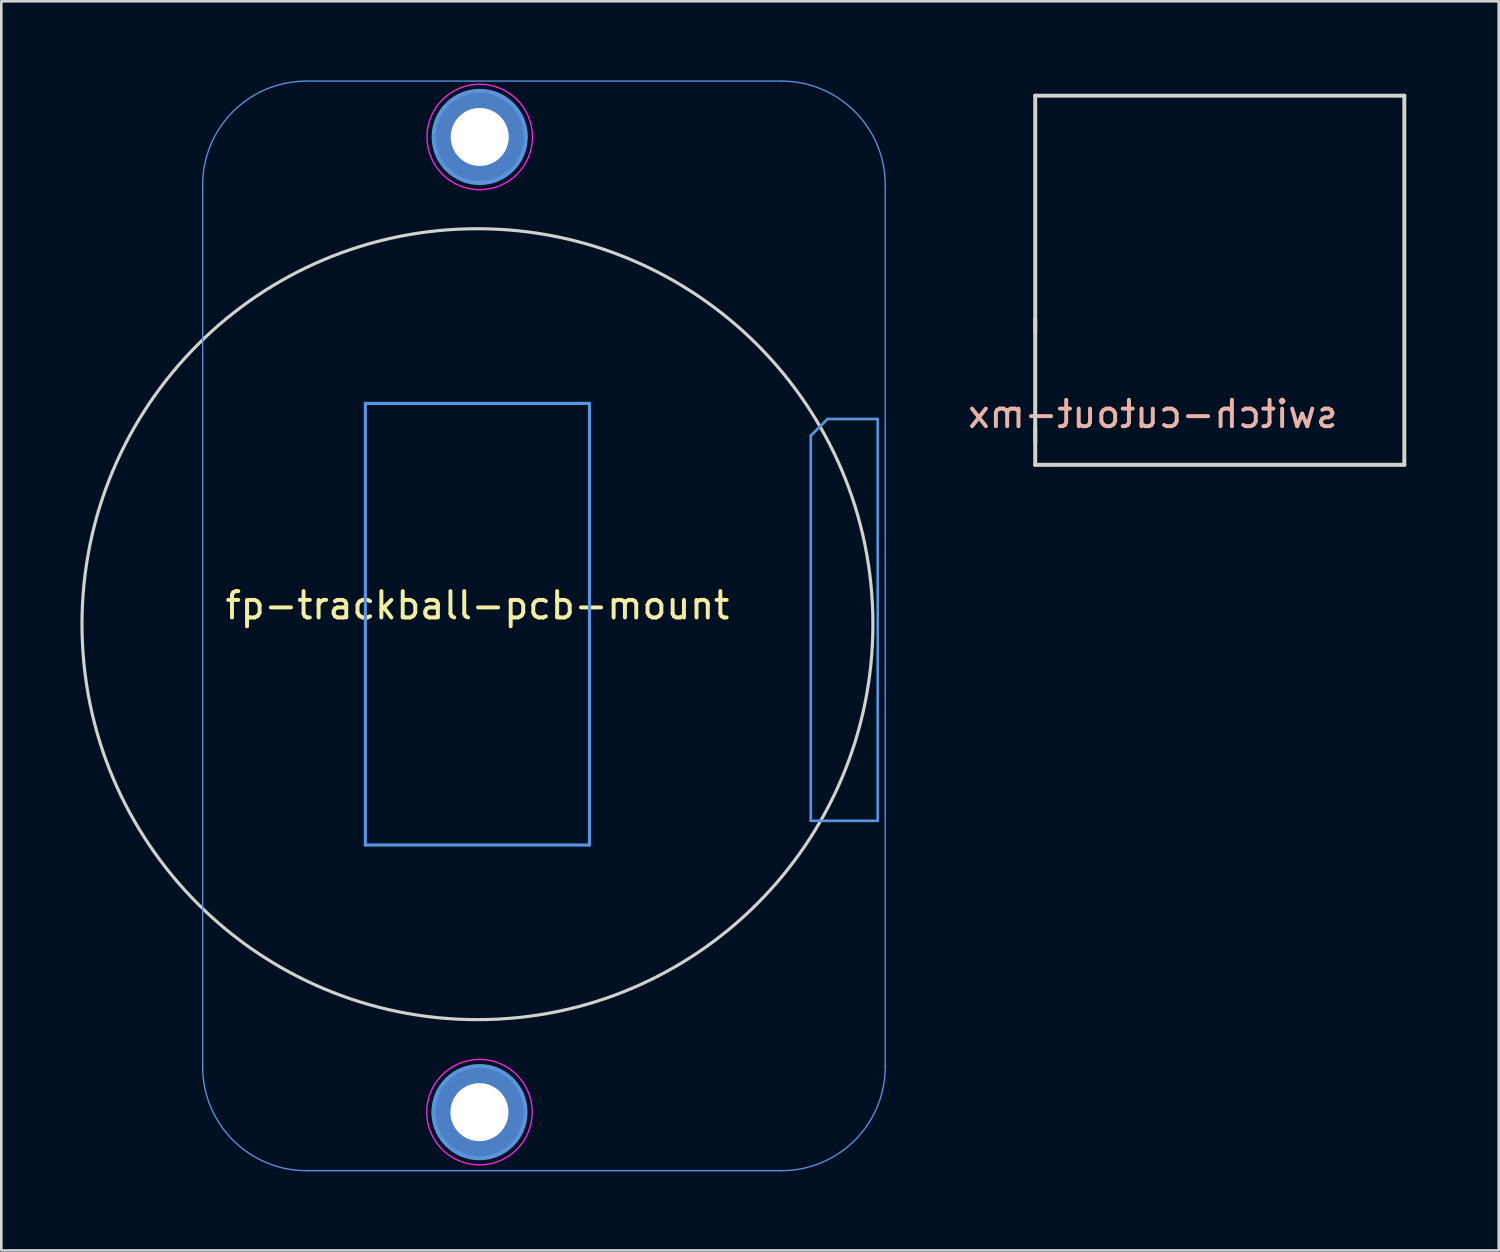
<source format=kicad_pcb>
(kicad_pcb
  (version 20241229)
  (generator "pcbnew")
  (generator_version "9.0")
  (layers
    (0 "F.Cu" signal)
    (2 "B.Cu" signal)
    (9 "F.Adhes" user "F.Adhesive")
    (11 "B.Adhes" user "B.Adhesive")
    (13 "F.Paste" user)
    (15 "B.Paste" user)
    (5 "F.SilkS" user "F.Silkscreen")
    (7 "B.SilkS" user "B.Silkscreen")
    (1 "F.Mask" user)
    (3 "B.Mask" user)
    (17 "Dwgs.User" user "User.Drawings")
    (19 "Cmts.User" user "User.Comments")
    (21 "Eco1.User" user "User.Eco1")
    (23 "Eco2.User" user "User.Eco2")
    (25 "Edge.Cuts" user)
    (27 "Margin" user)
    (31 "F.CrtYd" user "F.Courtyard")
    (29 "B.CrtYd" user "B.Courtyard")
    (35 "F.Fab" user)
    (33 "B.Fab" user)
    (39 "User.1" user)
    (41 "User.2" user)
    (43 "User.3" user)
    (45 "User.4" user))
  (footprint "switch-cutout-mx"
    (layer "F.Cu")
    (at 43.217 7.58)
    (property "Reference" "switch-cutout-mx" (at -2.54 5.08 180) (layer "B.SilkS") (effects (font (size 1 1) (thickness 0.15)) (justify mirror)))
    (attr smd)
    (fp_rect (start -7.33 -7.33) (end 7.33 7.34) (stroke (width 0.5) (type solid)) (fill no) (layer "F.Mask"))
    (fp_rect (start -7.33 -7.33) (end 7.33 7.34) (stroke (width 0.5) (type solid)) (fill no) (layer "B.Mask"))
    (fp_line (start -7 1.5) (end -7 2) (stroke (width 0.15) (type solid)) (layer "B.SilkS"))
    (fp_line (start -7 5.6) (end -7 6.2) (stroke (width 0.15) (type solid)) (layer "B.SilkS"))
    (fp_line (start -7 7) (end -7 -7) (stroke (width 0.15) (type solid)) (layer "Edge.Cuts"))
    (fp_line (start -7 7) (end 7 7) (stroke (width 0.15) (type solid)) (layer "Edge.Cuts"))
    (fp_line (start 7 -7) (end -7 -7) (stroke (width 0.15) (type solid)) (layer "Edge.Cuts"))
    (fp_line (start 7 -7) (end 7 7) (stroke (width 0.15) (type solid)) (layer "Edge.Cuts"))
    (fp_line (start -7 1.5) (end -7 6.2) (stroke (width 0.12) (type solid)) (layer "B.Fab")))
  (footprint "fp-trackball-pcb-mount"
    (layer "F.Cu")
    (at 15.06 20.626)
    (property "Reference" "fp-trackball-pcb-mount" (at -0.001 -0.71 0) (unlocked yes) (layer "F.SilkS") (effects (font (size 1 1) (thickness 0.15))))
    (attr smd)
    (fp_line (start -10.423 -16.661) (end -10.423 16.789) (stroke (width 0.05) (type solid)) (layer "Cmts.User"))
    (fp_line (start -6.483 20.729) (end 11.527 20.729) (stroke (width 0.05) (type solid)) (layer "Cmts.User"))
    (fp_line (start -4.251 -8.375) (end 4.249 -8.375) (stroke (width 0.12) (type solid)) (layer "Cmts.User"))
    (fp_line (start -4.251 8.375) (end -4.251 -8.375) (stroke (width 0.12) (type solid)) (layer "Cmts.User"))
    (fp_line (start -4.251 8.375) (end 4.249 8.375) (stroke (width 0.12) (type solid)) (layer "Cmts.User"))
    (fp_line (start 4.249 8.375) (end 4.249 -8.375) (stroke (width 0.12) (type solid)) (layer "Cmts.User"))
    (fp_line (start 11.527 -20.601) (end -6.483 -20.601) (stroke (width 0.05) (type solid)) (layer "Cmts.User"))
    (fp_line (start 12.643 -7.148) (end 13.278 -7.783) (stroke (width 0.1) (type solid)) (layer "Cmts.User"))
    (fp_line (start 12.643 7.457) (end 12.643 -7.148) (stroke (width 0.1) (type solid)) (layer "Cmts.User"))
    (fp_line (start 13.278 -7.783) (end 15.183 -7.783) (stroke (width 0.1) (type solid)) (layer "Cmts.User"))
    (fp_line (start 15.183 -7.783) (end 15.183 7.457) (stroke (width 0.1) (type solid)) (layer "Cmts.User"))
    (fp_line (start 15.183 7.457) (end 12.643 7.457) (stroke (width 0.1) (type solid)) (layer "Cmts.User"))
    (fp_line (start 15.467 16.789) (end 15.467 -16.661) (stroke (width 0.05) (type solid)) (layer "Cmts.User"))
    (fp_arc (start -10.422806 -16.66073) (mid -9.268807 -19.44673) (end -6.482806 -20.60073) (stroke (width 0.05) (type solid)) (layer "Cmts.User"))
    (fp_arc (start -6.482806 20.72927) (mid -9.268797 19.575262) (end -10.422806 16.78927) (stroke (width 0.05) (type solid)) (layer "Cmts.User"))
    (fp_arc (start 11.527194 -20.60073) (mid 14.313203 -19.44674) (end 15.467194 -16.66073) (stroke (width 0.05) (type solid)) (layer "Cmts.User"))
    (fp_arc (start 15.467194 16.78927) (mid 14.313209 19.575284) (end 11.527194 20.72927) (stroke (width 0.05) (type solid)) (layer "Cmts.User"))
    (fp_circle (center 0.076 18.509) (end 0.076 16.759) (stroke (width 0.15) (type solid)) (fill no) (layer "Cmts.User"))
    (fp_circle (center 0.086 -18.481) (end 1.836 -18.481) (stroke (width 0.15) (type solid)) (fill no) (layer "Cmts.User"))
    (fp_circle (center 0 0) (end 15 0) (stroke (width 0.12) (type default)) (fill no) (layer "Edge.Cuts"))
    (fp_circle (center 0.076 18.509) (end 0.076 16.509) (stroke (width 0.05) (type solid)) (fill no) (layer "F.CrtYd"))
    (fp_circle (center 0.086 -18.481) (end 2.086 -18.481) (stroke (width 0.05) (type solid)) (fill no) (layer "F.CrtYd"))
    (pad "1" thru_hole circle (at 0.076 18.509 90) (size 3.5 3.5) (drill 2.2) (layers "*.Cu" "*.Mask"))
    (pad "1" thru_hole circle (at 0.086 -18.481) (size 3.5 3.5) (drill 2.2) (layers "*.Cu" "*.Mask")))
  (gr_rect
    (start -3 -3)
    (end 53.797 44.38)
    (stroke (width 0.1) (type default))
    (fill no)
    (layer "Edge.Cuts")))
</source>
